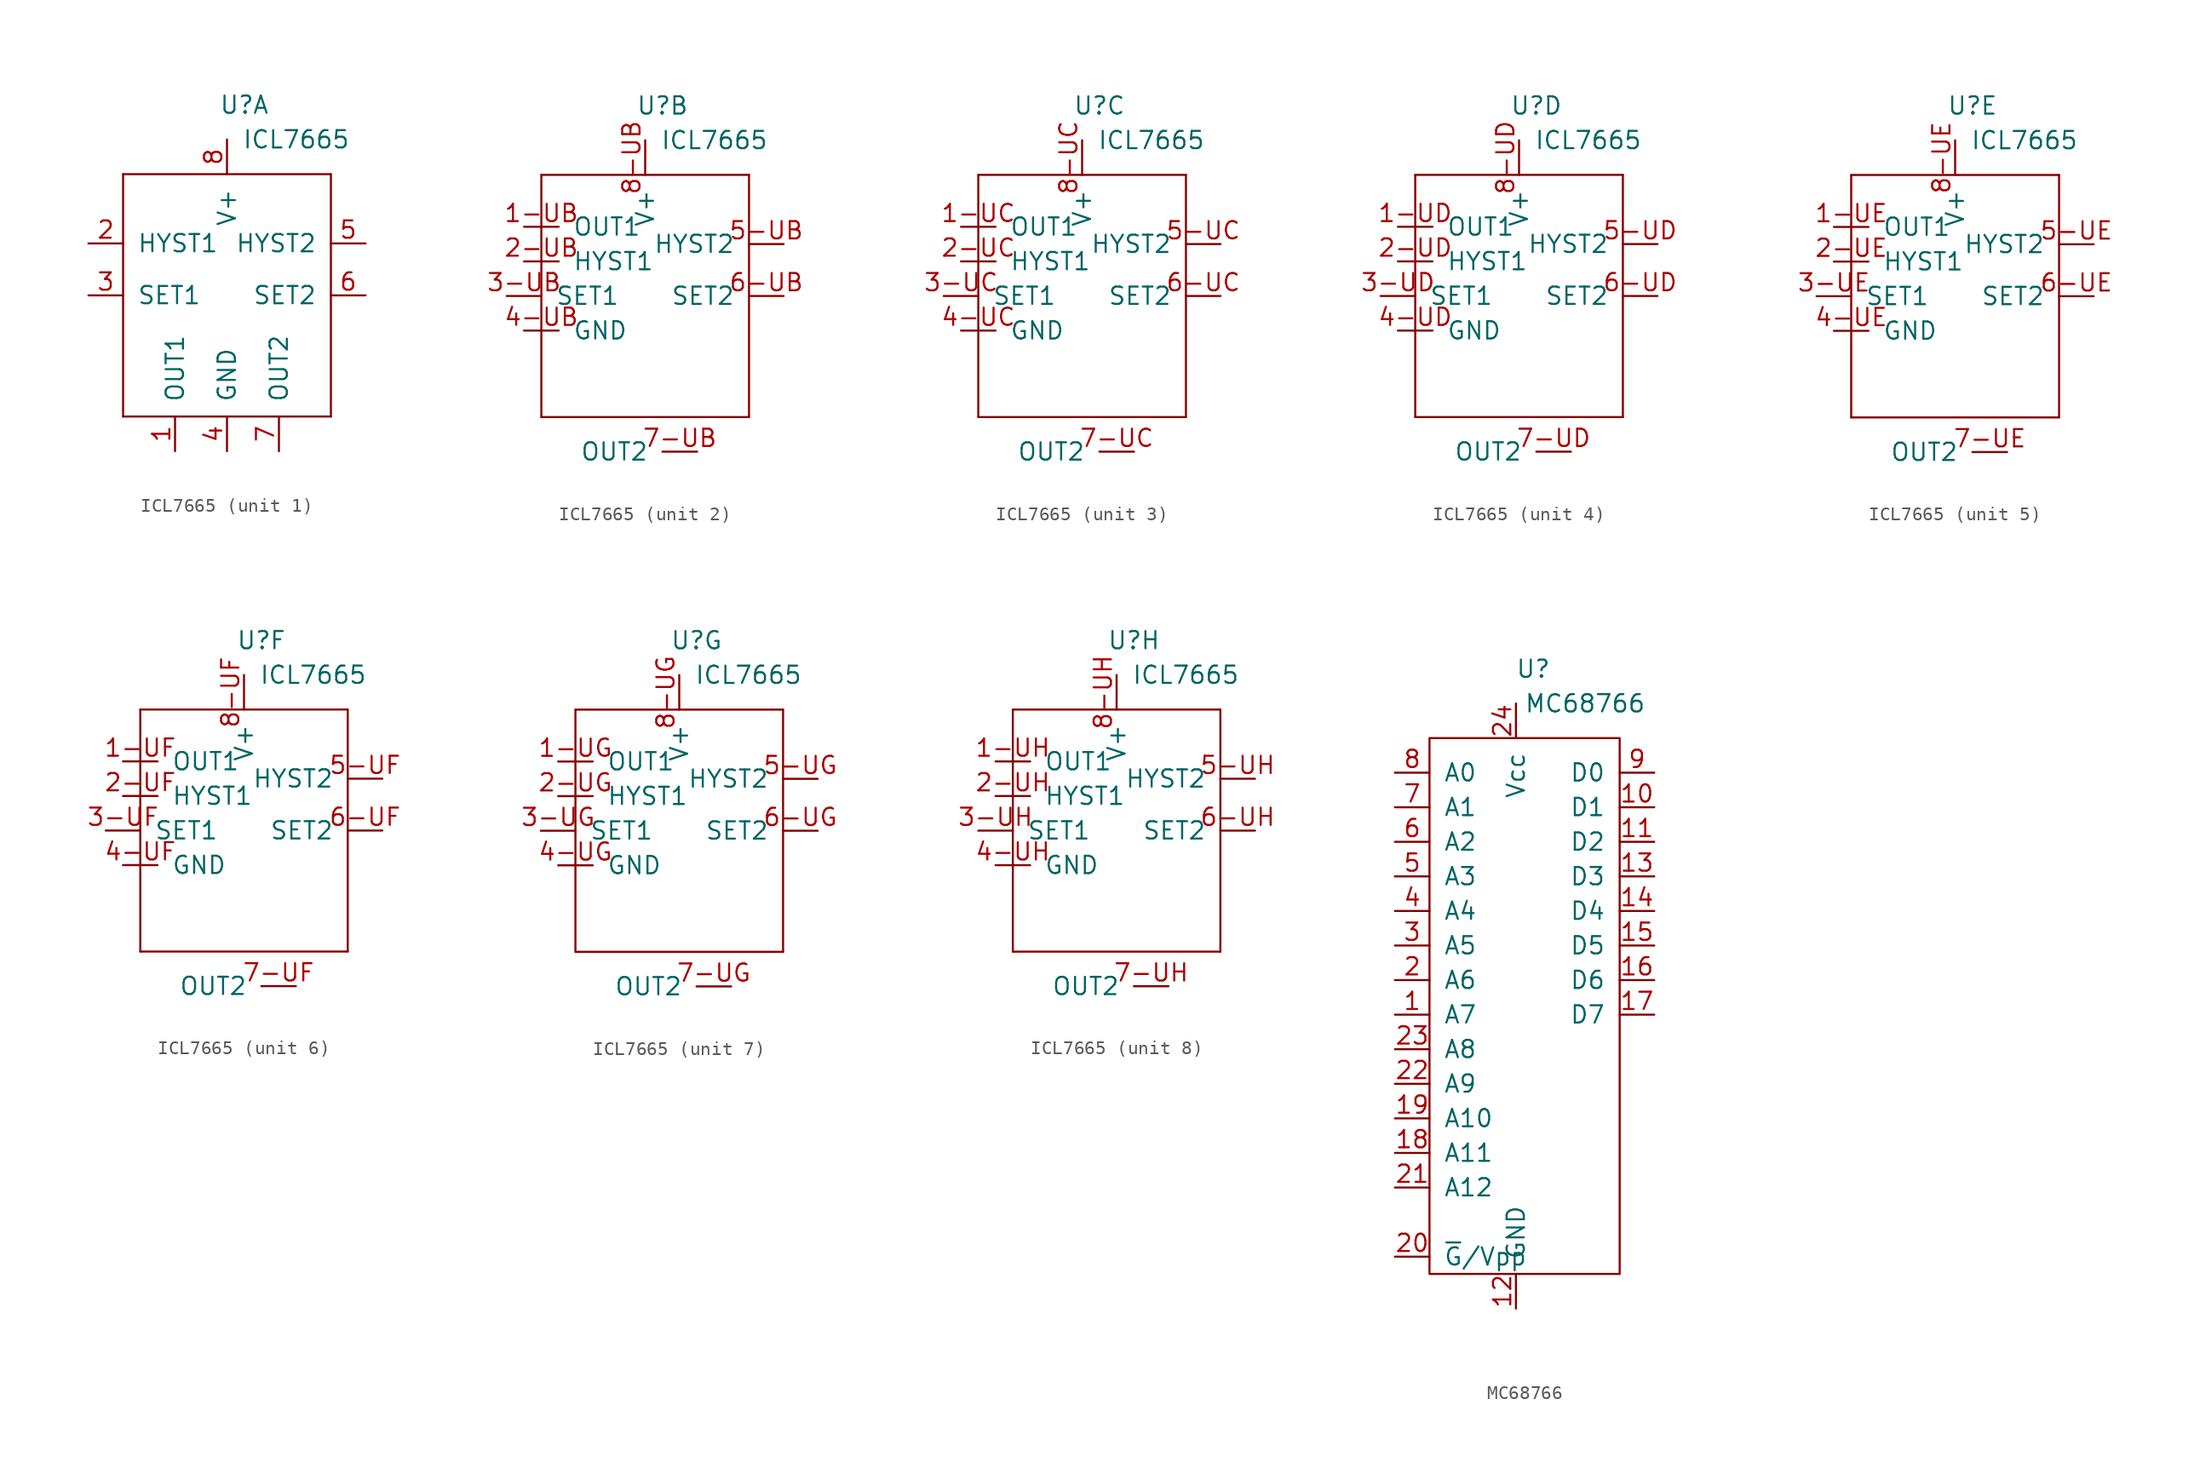
<source format=kicad_sym>
(kicad_symbol_lib
  (version 20231120)
  (generator "kicad_symbol_editor")
  (generator_version "8.0")
  (symbol "ICL7665"
    (pin_names
      (offset 1.016))
    (property "Reference" "U"
      (at 1.27 6.35 0)
      (effects (font (size 1.27 1.27))))
    (property "Value" "ICL7665"
      (at 5.08 3.81 0)
      (effects (font (size 1.27 1.27))))
    (symbol "ICL7665_0_1"
      (rectangle (start -7.62 -16.51) (end -7.62 1.27) (stroke (width 0) (type default)) (fill (type none)))
      (rectangle (start -7.62 1.27) (end 7.62 1.27) (stroke (width 0) (type default)) (fill (type none)))
      (rectangle (start 7.62 -16.51) (end -7.62 -16.51) (stroke (width 0) (type default)) (fill (type none)))
      (rectangle (start 7.62 1.27) (end 7.62 -16.51) (stroke (width 0) (type default)) (fill (type none))))
    (symbol "ICL7665_1_1"
      (pin output line (at -3.81 -19.05 90) (length 2.54) (name "OUT1" (effects (font (size 1.27 1.27)))) (number "1" (effects (font (size 1.27 1.27)))))
      (pin output line (at -10.16 -3.81 0) (length 2.54) (name "HYST1" (effects (font (size 1.27 1.27)))) (number "2" (effects (font (size 1.27 1.27)))))
      (pin output line (at -10.16 -7.62 0) (length 2.54) (name "SET1" (effects (font (size 1.27 1.27)))) (number "3" (effects (font (size 1.27 1.27)))))
      (pin power_in line (at 0 -19.05 90) (length 2.54) (name "GND" (effects (font (size 1.27 1.27)))) (number "4" (effects (font (size 1.27 1.27)))))
      (pin power_in line (at 10.16 -3.81 180) (length 2.54) (name "HYST2" (effects (font (size 1.27 1.27)))) (number "5" (effects (font (size 1.27 1.27)))))
      (pin power_in line (at 10.16 -7.62 180) (length 2.54) (name "SET2" (effects (font (size 1.27 1.27)))) (number "6" (effects (font (size 1.27 1.27)))))
      (pin power_in line (at 3.81 -19.05 90) (length 2.54) (name "OUT2" (effects (font (size 1.27 1.27)))) (number "7" (effects (font (size 1.27 1.27)))))
      (pin power_in line (at 0 3.81 270) (length 2.54) (name "V+" (effects (font (size 1.27 1.27)))) (number "8" (effects (font (size 1.27 1.27))))))
    (symbol "ICL7665_2_1"
      (pin output line (at -8.89 -2.54 0) (length 2.54) (name "OUT1" (effects (font (size 1.27 1.27)))) (number "1-UB" (effects (font (size 1.27 1.27)))))
      (pin output line (at -8.89 -5.08 0) (length 2.54) (name "HYST1" (effects (font (size 1.27 1.27)))) (number "2-UB" (effects (font (size 1.27 1.27)))))
      (pin output line (at -10.16 -7.62 0) (length 2.54) (name "SET1" (effects (font (size 1.27 1.27)))) (number "3-UB" (effects (font (size 1.27 1.27)))))
      (pin power_in line (at -8.89 -10.16 0) (length 2.54) (name "GND" (effects (font (size 1.27 1.27)))) (number "4-UB" (effects (font (size 1.27 1.27)))))
      (pin power_in line (at 10.16 -3.81 180) (length 2.54) (name "HYST2" (effects (font (size 1.27 1.27)))) (number "5-UB" (effects (font (size 1.27 1.27)))))
      (pin power_in line (at 10.16 -7.62 180) (length 2.54) (name "SET2" (effects (font (size 1.27 1.27)))) (number "6-UB" (effects (font (size 1.27 1.27)))))
      (pin power_in line (at 3.81 -19.05 180) (length 2.54) (name "OUT2" (effects (font (size 1.27 1.27)))) (number "7-UB" (effects (font (size 1.27 1.27)))))
      (pin power_in line (at 0 3.81 270) (length 2.54) (name "V+" (effects (font (size 1.27 1.27)))) (number "8-UB" (effects (font (size 1.27 1.27))))))
    (symbol "ICL7665_3_1"
      (pin output line (at -8.89 -2.54 0) (length 2.54) (name "OUT1" (effects (font (size 1.27 1.27)))) (number "1-UC" (effects (font (size 1.27 1.27)))))
      (pin output line (at -8.89 -5.08 0) (length 2.54) (name "HYST1" (effects (font (size 1.27 1.27)))) (number "2-UC" (effects (font (size 1.27 1.27)))))
      (pin output line (at -10.16 -7.62 0) (length 2.54) (name "SET1" (effects (font (size 1.27 1.27)))) (number "3-UC" (effects (font (size 1.27 1.27)))))
      (pin power_in line (at -8.89 -10.16 0) (length 2.54) (name "GND" (effects (font (size 1.27 1.27)))) (number "4-UC" (effects (font (size 1.27 1.27)))))
      (pin power_in line (at 10.16 -3.81 180) (length 2.54) (name "HYST2" (effects (font (size 1.27 1.27)))) (number "5-UC" (effects (font (size 1.27 1.27)))))
      (pin power_in line (at 10.16 -7.62 180) (length 2.54) (name "SET2" (effects (font (size 1.27 1.27)))) (number "6-UC" (effects (font (size 1.27 1.27)))))
      (pin power_in line (at 3.81 -19.05 180) (length 2.54) (name "OUT2" (effects (font (size 1.27 1.27)))) (number "7-UC" (effects (font (size 1.27 1.27)))))
      (pin power_in line (at 0 3.81 270) (length 2.54) (name "V+" (effects (font (size 1.27 1.27)))) (number "8-UC" (effects (font (size 1.27 1.27))))))
    (symbol "ICL7665_4_1"
      (pin output line (at -8.89 -2.54 0) (length 2.54) (name "OUT1" (effects (font (size 1.27 1.27)))) (number "1-UD" (effects (font (size 1.27 1.27)))))
      (pin output line (at -8.89 -5.08 0) (length 2.54) (name "HYST1" (effects (font (size 1.27 1.27)))) (number "2-UD" (effects (font (size 1.27 1.27)))))
      (pin output line (at -10.16 -7.62 0) (length 2.54) (name "SET1" (effects (font (size 1.27 1.27)))) (number "3-UD" (effects (font (size 1.27 1.27)))))
      (pin power_in line (at -8.89 -10.16 0) (length 2.54) (name "GND" (effects (font (size 1.27 1.27)))) (number "4-UD" (effects (font (size 1.27 1.27)))))
      (pin power_in line (at 10.16 -3.81 180) (length 2.54) (name "HYST2" (effects (font (size 1.27 1.27)))) (number "5-UD" (effects (font (size 1.27 1.27)))))
      (pin power_in line (at 10.16 -7.62 180) (length 2.54) (name "SET2" (effects (font (size 1.27 1.27)))) (number "6-UD" (effects (font (size 1.27 1.27)))))
      (pin power_in line (at 3.81 -19.05 180) (length 2.54) (name "OUT2" (effects (font (size 1.27 1.27)))) (number "7-UD" (effects (font (size 1.27 1.27)))))
      (pin power_in line (at 0 3.81 270) (length 2.54) (name "V+" (effects (font (size 1.27 1.27)))) (number "8-UD" (effects (font (size 1.27 1.27))))))
    (symbol "ICL7665_5_1"
      (pin output line (at -8.89 -2.54 0) (length 2.54) (name "OUT1" (effects (font (size 1.27 1.27)))) (number "1-UE" (effects (font (size 1.27 1.27)))))
      (pin output line (at -8.89 -5.08 0) (length 2.54) (name "HYST1" (effects (font (size 1.27 1.27)))) (number "2-UE" (effects (font (size 1.27 1.27)))))
      (pin output line (at -10.16 -7.62 0) (length 2.54) (name "SET1" (effects (font (size 1.27 1.27)))) (number "3-UE" (effects (font (size 1.27 1.27)))))
      (pin power_in line (at -8.89 -10.16 0) (length 2.54) (name "GND" (effects (font (size 1.27 1.27)))) (number "4-UE" (effects (font (size 1.27 1.27)))))
      (pin power_in line (at 10.16 -3.81 180) (length 2.54) (name "HYST2" (effects (font (size 1.27 1.27)))) (number "5-UE" (effects (font (size 1.27 1.27)))))
      (pin power_in line (at 10.16 -7.62 180) (length 2.54) (name "SET2" (effects (font (size 1.27 1.27)))) (number "6-UE" (effects (font (size 1.27 1.27)))))
      (pin power_in line (at 3.81 -19.05 180) (length 2.54) (name "OUT2" (effects (font (size 1.27 1.27)))) (number "7-UE" (effects (font (size 1.27 1.27)))))
      (pin power_in line (at 0 3.81 270) (length 2.54) (name "V+" (effects (font (size 1.27 1.27)))) (number "8-UE" (effects (font (size 1.27 1.27))))))
    (symbol "ICL7665_6_1"
      (pin output line (at -8.89 -2.54 0) (length 2.54) (name "OUT1" (effects (font (size 1.27 1.27)))) (number "1-UF" (effects (font (size 1.27 1.27)))))
      (pin output line (at -8.89 -5.08 0) (length 2.54) (name "HYST1" (effects (font (size 1.27 1.27)))) (number "2-UF" (effects (font (size 1.27 1.27)))))
      (pin output line (at -10.16 -7.62 0) (length 2.54) (name "SET1" (effects (font (size 1.27 1.27)))) (number "3-UF" (effects (font (size 1.27 1.27)))))
      (pin power_in line (at -8.89 -10.16 0) (length 2.54) (name "GND" (effects (font (size 1.27 1.27)))) (number "4-UF" (effects (font (size 1.27 1.27)))))
      (pin power_in line (at 10.16 -3.81 180) (length 2.54) (name "HYST2" (effects (font (size 1.27 1.27)))) (number "5-UF" (effects (font (size 1.27 1.27)))))
      (pin power_in line (at 10.16 -7.62 180) (length 2.54) (name "SET2" (effects (font (size 1.27 1.27)))) (number "6-UF" (effects (font (size 1.27 1.27)))))
      (pin power_in line (at 3.81 -19.05 180) (length 2.54) (name "OUT2" (effects (font (size 1.27 1.27)))) (number "7-UF" (effects (font (size 1.27 1.27)))))
      (pin power_in line (at 0 3.81 270) (length 2.54) (name "V+" (effects (font (size 1.27 1.27)))) (number "8-UF" (effects (font (size 1.27 1.27))))))
    (symbol "ICL7665_7_1"
      (pin output line (at -8.89 -2.54 0) (length 2.54) (name "OUT1" (effects (font (size 1.27 1.27)))) (number "1-UG" (effects (font (size 1.27 1.27)))))
      (pin output line (at -8.89 -5.08 0) (length 2.54) (name "HYST1" (effects (font (size 1.27 1.27)))) (number "2-UG" (effects (font (size 1.27 1.27)))))
      (pin output line (at -10.16 -7.62 0) (length 2.54) (name "SET1" (effects (font (size 1.27 1.27)))) (number "3-UG" (effects (font (size 1.27 1.27)))))
      (pin power_in line (at -8.89 -10.16 0) (length 2.54) (name "GND" (effects (font (size 1.27 1.27)))) (number "4-UG" (effects (font (size 1.27 1.27)))))
      (pin power_in line (at 10.16 -3.81 180) (length 2.54) (name "HYST2" (effects (font (size 1.27 1.27)))) (number "5-UG" (effects (font (size 1.27 1.27)))))
      (pin power_in line (at 10.16 -7.62 180) (length 2.54) (name "SET2" (effects (font (size 1.27 1.27)))) (number "6-UG" (effects (font (size 1.27 1.27)))))
      (pin power_in line (at 3.81 -19.05 180) (length 2.54) (name "OUT2" (effects (font (size 1.27 1.27)))) (number "7-UG" (effects (font (size 1.27 1.27)))))
      (pin power_in line (at 0 3.81 270) (length 2.54) (name "V+" (effects (font (size 1.27 1.27)))) (number "8-UG" (effects (font (size 1.27 1.27))))))
    (symbol "ICL7665_8_1"
      (pin output line (at -8.89 -2.54 0) (length 2.54) (name "OUT1" (effects (font (size 1.27 1.27)))) (number "1-UH" (effects (font (size 1.27 1.27)))))
      (pin output line (at -8.89 -5.08 0) (length 2.54) (name "HYST1" (effects (font (size 1.27 1.27)))) (number "2-UH" (effects (font (size 1.27 1.27)))))
      (pin output line (at -10.16 -7.62 0) (length 2.54) (name "SET1" (effects (font (size 1.27 1.27)))) (number "3-UH" (effects (font (size 1.27 1.27)))))
      (pin power_in line (at -8.89 -10.16 0) (length 2.54) (name "GND" (effects (font (size 1.27 1.27)))) (number "4-UH" (effects (font (size 1.27 1.27)))))
      (pin power_in line (at 10.16 -3.81 180) (length 2.54) (name "HYST2" (effects (font (size 1.27 1.27)))) (number "5-UH" (effects (font (size 1.27 1.27)))))
      (pin power_in line (at 10.16 -7.62 180) (length 2.54) (name "SET2" (effects (font (size 1.27 1.27)))) (number "6-UH" (effects (font (size 1.27 1.27)))))
      (pin power_in line (at 3.81 -19.05 180) (length 2.54) (name "OUT2" (effects (font (size 1.27 1.27)))) (number "7-UH" (effects (font (size 1.27 1.27)))))
      (pin power_in line (at 0 3.81 270) (length 2.54) (name "V+" (effects (font (size 1.27 1.27)))) (number "8-UH" (effects (font (size 1.27 1.27)))))))
  (symbol "MC68766"
    (pin_names
      (offset 1.016))
    (property "Reference" "U"
      (at 1.27 5.08 0)
      (effects (font (size 1.27 1.27))))
    (property "Value" "MC68766"
      (at 5.08 2.54 0)
      (effects (font (size 1.27 1.27))))
    (symbol "MC68766_0_1"
      (polyline (pts (xy -6.35 0) (xy 7.62 0) (xy 7.62 -39.37) (xy -6.35 -39.37) (xy -6.35 0)) (stroke (width 0) (type default)) (fill (type none))))
    (symbol "MC68766_1_1"
      (pin input line (at -8.89 -20.32 0) (length 2.54) (name "A7" (effects (font (size 1.27 1.27)))) (number "1" (effects (font (size 1.27 1.27)))))
      (pin bidirectional line (at 10.16 -5.08 180) (length 2.54) (name "D1" (effects (font (size 1.27 1.27)))) (number "10" (effects (font (size 1.27 1.27)))))
      (pin bidirectional line (at 10.16 -7.62 180) (length 2.54) (name "D2" (effects (font (size 1.27 1.27)))) (number "11" (effects (font (size 1.27 1.27)))))
      (pin power_in line (at 0 -41.91 90) (length 2.54) (name "GND" (effects (font (size 1.27 1.27)))) (number "12" (effects (font (size 1.27 1.27)))))
      (pin bidirectional line (at 10.16 -10.16 180) (length 2.54) (name "D3" (effects (font (size 1.27 1.27)))) (number "13" (effects (font (size 1.27 1.27)))))
      (pin bidirectional line (at 10.16 -12.7 180) (length 2.54) (name "D4" (effects (font (size 1.27 1.27)))) (number "14" (effects (font (size 1.27 1.27)))))
      (pin bidirectional line (at 10.16 -15.24 180) (length 2.54) (name "D5" (effects (font (size 1.27 1.27)))) (number "15" (effects (font (size 1.27 1.27)))))
      (pin bidirectional line (at 10.16 -17.78 180) (length 2.54) (name "D6" (effects (font (size 1.27 1.27)))) (number "16" (effects (font (size 1.27 1.27)))))
      (pin bidirectional line (at 10.16 -20.32 180) (length 2.54) (name "D7" (effects (font (size 1.27 1.27)))) (number "17" (effects (font (size 1.27 1.27)))))
      (pin input line (at -8.89 -30.48 0) (length 2.54) (name "A11" (effects (font (size 1.27 1.27)))) (number "18" (effects (font (size 1.27 1.27)))))
      (pin input line (at -8.89 -27.94 0) (length 2.54) (name "A10" (effects (font (size 1.27 1.27)))) (number "19" (effects (font (size 1.27 1.27)))))
      (pin input line (at -8.89 -17.78 0) (length 2.54) (name "A6" (effects (font (size 1.27 1.27)))) (number "2" (effects (font (size 1.27 1.27)))))
      (pin input line (at -8.89 -38.1 0) (length 2.54) (name "~{G}/Vpp" (effects (font (size 1.27 1.27)))) (number "20" (effects (font (size 1.27 1.27)))))
      (pin input line (at -8.89 -33.02 0) (length 2.54) (name "A12" (effects (font (size 1.27 1.27)))) (number "21" (effects (font (size 1.27 1.27)))))
      (pin input line (at -8.89 -25.4 0) (length 2.54) (name "A9" (effects (font (size 1.27 1.27)))) (number "22" (effects (font (size 1.27 1.27)))))
      (pin input line (at -8.89 -22.86 0) (length 2.54) (name "A8" (effects (font (size 1.27 1.27)))) (number "23" (effects (font (size 1.27 1.27)))))
      (pin power_in line (at 0 2.54 270) (length 2.54) (name "Vcc" (effects (font (size 1.27 1.27)))) (number "24" (effects (font (size 1.27 1.27)))))
      (pin input line (at -8.89 -15.24 0) (length 2.54) (name "A5" (effects (font (size 1.27 1.27)))) (number "3" (effects (font (size 1.27 1.27)))))
      (pin input line (at -8.89 -12.7 0) (length 2.54) (name "A4" (effects (font (size 1.27 1.27)))) (number "4" (effects (font (size 1.27 1.27)))))
      (pin input line (at -8.89 -10.16 0) (length 2.54) (name "A3" (effects (font (size 1.27 1.27)))) (number "5" (effects (font (size 1.27 1.27)))))
      (pin input line (at -8.89 -7.62 0) (length 2.54) (name "A2" (effects (font (size 1.27 1.27)))) (number "6" (effects (font (size 1.27 1.27)))))
      (pin input line (at -8.89 -5.08 0) (length 2.54) (name "A1" (effects (font (size 1.27 1.27)))) (number "7" (effects (font (size 1.27 1.27)))))
      (pin input line (at -8.89 -2.54 0) (length 2.54) (name "A0" (effects (font (size 1.27 1.27)))) (number "8" (effects (font (size 1.27 1.27)))))
      (pin bidirectional line (at 10.16 -2.54 180) (length 2.54) (name "D0" (effects (font (size 1.27 1.27)))) (number "9" (effects (font (size 1.27 1.27))))))))
</source>
